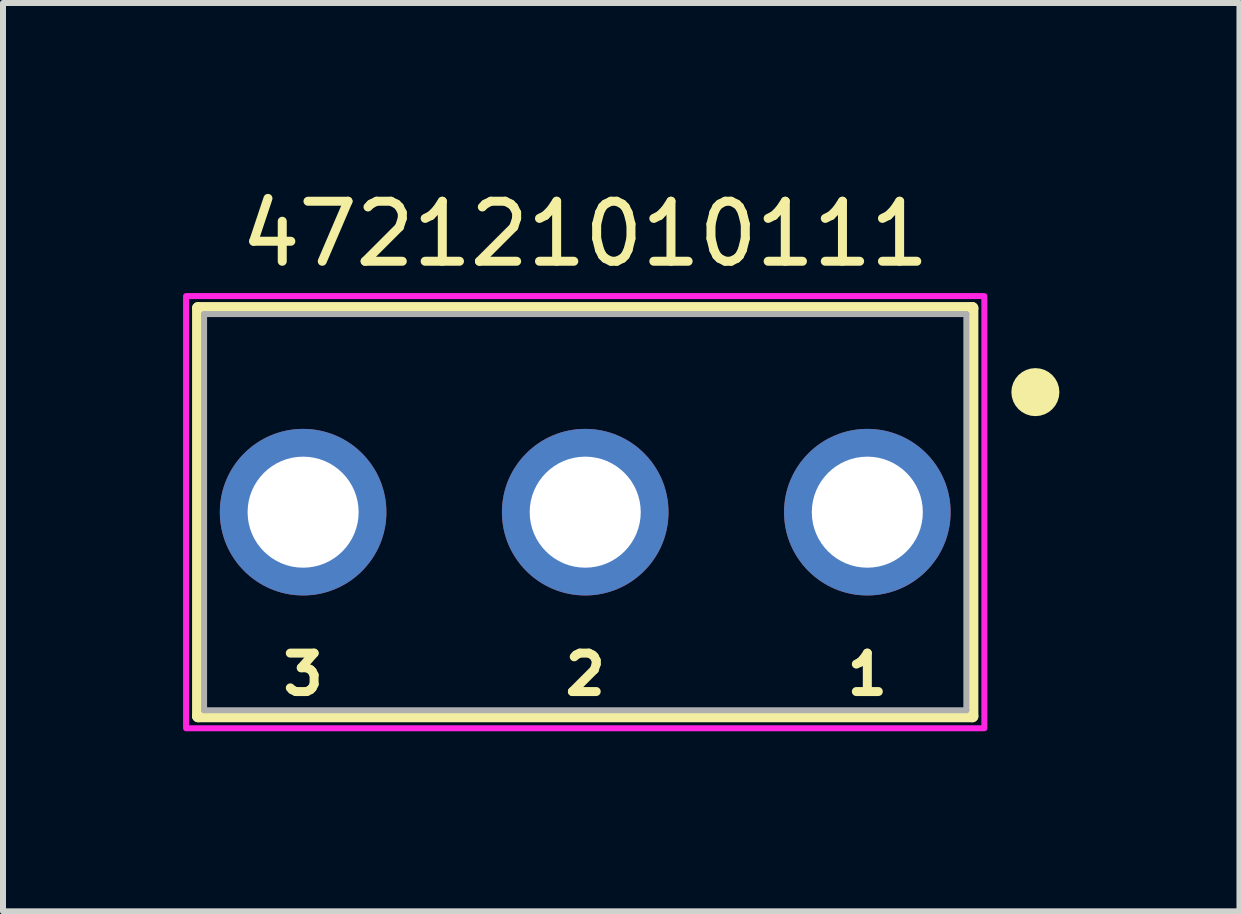
<source format=kicad_pcb>
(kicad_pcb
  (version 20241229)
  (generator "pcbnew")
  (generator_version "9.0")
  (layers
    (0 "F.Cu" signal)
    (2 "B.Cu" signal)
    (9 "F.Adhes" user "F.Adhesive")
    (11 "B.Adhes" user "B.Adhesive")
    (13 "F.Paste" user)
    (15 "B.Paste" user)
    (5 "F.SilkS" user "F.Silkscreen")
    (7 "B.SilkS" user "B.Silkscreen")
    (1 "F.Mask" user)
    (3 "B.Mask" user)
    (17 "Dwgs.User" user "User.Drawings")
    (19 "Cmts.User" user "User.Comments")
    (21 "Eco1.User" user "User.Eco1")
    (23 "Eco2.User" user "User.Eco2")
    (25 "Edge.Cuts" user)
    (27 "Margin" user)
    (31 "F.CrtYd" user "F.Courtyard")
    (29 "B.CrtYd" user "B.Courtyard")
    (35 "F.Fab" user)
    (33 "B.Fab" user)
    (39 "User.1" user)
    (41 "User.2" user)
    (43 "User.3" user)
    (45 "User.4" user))
  (footprint "472121010111"
    (layer "F.Cu")
    (at 6.7 5.483)
    (property "Reference" "472121010111" (at 0 -4.635 0) (layer "F.SilkS") (effects (font (size 1 1) (thickness 0.15))))
    (attr through_hole)
    (fp_line (start -6.45 -3.4) (end 6.45 -3.4) (stroke (width 0.2) (type solid)) (layer "F.SilkS"))
    (fp_line (start -6.45 3.4) (end -6.45 -3.4) (stroke (width 0.2) (type solid)) (layer "F.SilkS"))
    (fp_line (start 6.45 -3.4) (end 6.45 3.4) (stroke (width 0.2) (type solid)) (layer "F.SilkS"))
    (fp_line (start 6.45 3.4) (end -6.45 3.4) (stroke (width 0.2) (type solid)) (layer "F.SilkS"))
    (fp_circle (center 7.5 -2) (end 7.7 -2) (stroke (width 0.4) (type solid)) (fill no) (layer "F.SilkS"))
    (fp_poly (pts (xy -6.65 -3.6) (xy 6.65 -3.6) (xy 6.65 3.6) (xy -6.65 3.6)) (stroke (width 0.1) (type solid)) (fill no) (layer "F.CrtYd"))
    (fp_line (start -6.35 -3.3) (end 6.35 -3.3) (stroke (width 0.1) (type solid)) (layer "F.Fab"))
    (fp_line (start -6.35 3.3) (end -6.35 -3.3) (stroke (width 0.1) (type solid)) (layer "F.Fab"))
    (fp_line (start 6.35 -3.3) (end 6.35 3.3) (stroke (width 0.1) (type solid)) (layer "F.Fab"))
    (fp_line (start 6.35 3.3) (end -6.35 3.3) (stroke (width 0.1) (type solid)) (layer "F.Fab"))
    (fp_text user "2" (at 0 2.7 0) (layer "F.SilkS") (effects (font (size 0.64 0.64) (thickness 0.15))))
    (fp_text user "1" (at 4.7 2.7 0) (layer "F.SilkS") (effects (font (size 0.64 0.64) (thickness 0.15))))
    (fp_text user "3" (at -4.7 2.7 0) (layer "F.SilkS") (effects (font (size 0.64 0.64) (thickness 0.15))))
    (pad "1" thru_hole circle (at 4.7 0) (size 2.775 2.775) (drill 1.85) (layers "*.Cu" "*.Mask"))
    (pad "2" thru_hole circle (at 0 0) (size 2.775 2.775) (drill 1.85) (layers "*.Cu" "*.Mask"))
    (pad "3" thru_hole circle (at -4.7 0) (size 2.775 2.775) (drill 1.85) (layers "*.Cu" "*.Mask")))
  (gr_rect
    (start -3 -3)
    (end 17.6 12.133)
    (stroke (width 0.1) (type default))
    (fill no)
    (layer "Edge.Cuts")))
</source>
